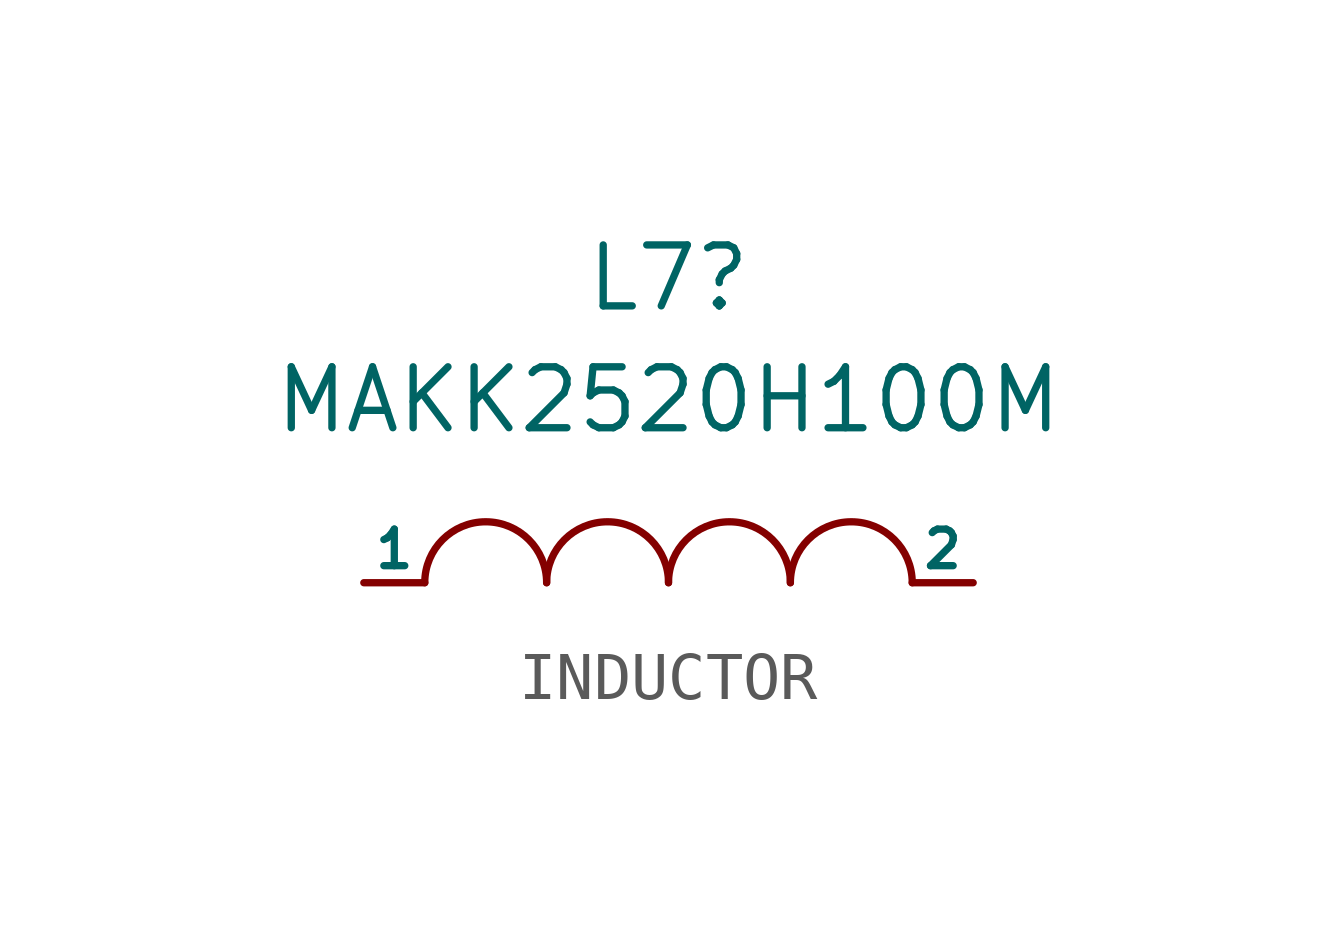
<source format=kicad_sym>
(kicad_symbol_lib
  (version 20220914)
  (generator kicad_symbol_editor)
  (symbol "INDUCTOR"
    (pin_numbers hide)
    (pin_names
      (offset 0))
    (property "Reference" "L7"
      (at 0 6.35 0)
      (effects (font (size 1.27 1.27))))
    (property "Value" "MAKK2520H100M"
      (at 0 3.81 0)
      (effects (font (size 1.27 1.27))))
    (symbol "INDUCTOR_0_1"
      (arc (start -2.54 0) (mid -3.81 1.2645) (end -5.08 0) (stroke (width 0) (type solid)) (fill (type none)))
      (arc (start 0 0) (mid -1.27 1.2645) (end -2.54 0) (stroke (width 0) (type solid)) (fill (type none)))
      (arc (start 2.54 0) (mid 1.27 1.2645) (end 0 0) (stroke (width 0) (type solid)) (fill (type none)))
      (arc (start 5.08 0) (mid 3.81 1.2645) (end 2.54 0) (stroke (width 0) (type solid)) (fill (type none))))
    (symbol "INDUCTOR_1_1"
      (pin input line (at -6.35 0 0) (length 1.27) (name "1" (effects (font (size 0.762 0.762)))) (number "1" (effects (font (size 0.762 0.762)))))
      (pin input line (at 6.35 0 180) (length 1.27) (name "2" (effects (font (size 0.762 0.762)))) (number "2" (effects (font (size 0.762 0.762))))))))
</source>
